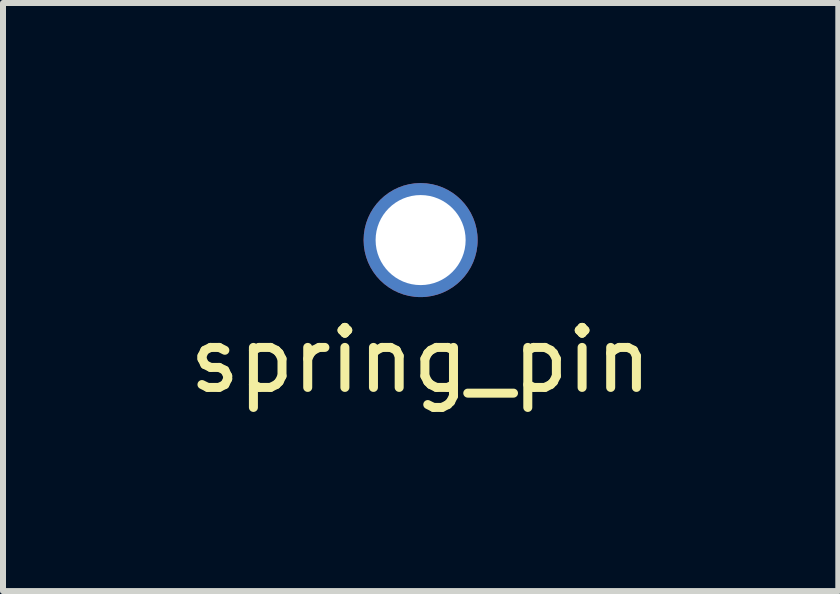
<source format=kicad_pcb>
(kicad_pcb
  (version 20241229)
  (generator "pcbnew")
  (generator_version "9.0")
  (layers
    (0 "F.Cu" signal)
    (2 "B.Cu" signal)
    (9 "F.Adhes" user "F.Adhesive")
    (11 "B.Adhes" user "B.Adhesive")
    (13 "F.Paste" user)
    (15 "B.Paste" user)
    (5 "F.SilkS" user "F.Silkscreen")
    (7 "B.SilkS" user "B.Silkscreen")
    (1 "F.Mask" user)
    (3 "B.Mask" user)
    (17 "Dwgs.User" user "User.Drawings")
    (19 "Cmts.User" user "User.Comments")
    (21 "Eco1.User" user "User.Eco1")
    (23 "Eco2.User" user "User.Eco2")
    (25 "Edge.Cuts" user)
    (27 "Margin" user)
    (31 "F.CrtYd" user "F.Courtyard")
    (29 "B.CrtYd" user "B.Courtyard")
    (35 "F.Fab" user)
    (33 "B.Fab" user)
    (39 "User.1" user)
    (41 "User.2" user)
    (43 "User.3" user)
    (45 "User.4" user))
  (footprint "spring_pin"
    (layer "F.Cu")
    (at 3.958 0.95)
    (property "Reference" "spring_pin" (at 0 2 0) (layer "F.SilkS") (effects (font (size 1 1) (thickness 0.15))))
    (attr through_hole)
    (pad "1" thru_hole circle (at 0 0) (size 1.9 1.9) (drill 1.5) (layers "*.Cu" "*.Mask")))
  (gr_rect
    (start -3 -3)
    (end 10.917 6.798)
    (stroke (width 0.1) (type default))
    (fill no)
    (layer "Edge.Cuts")))
</source>
